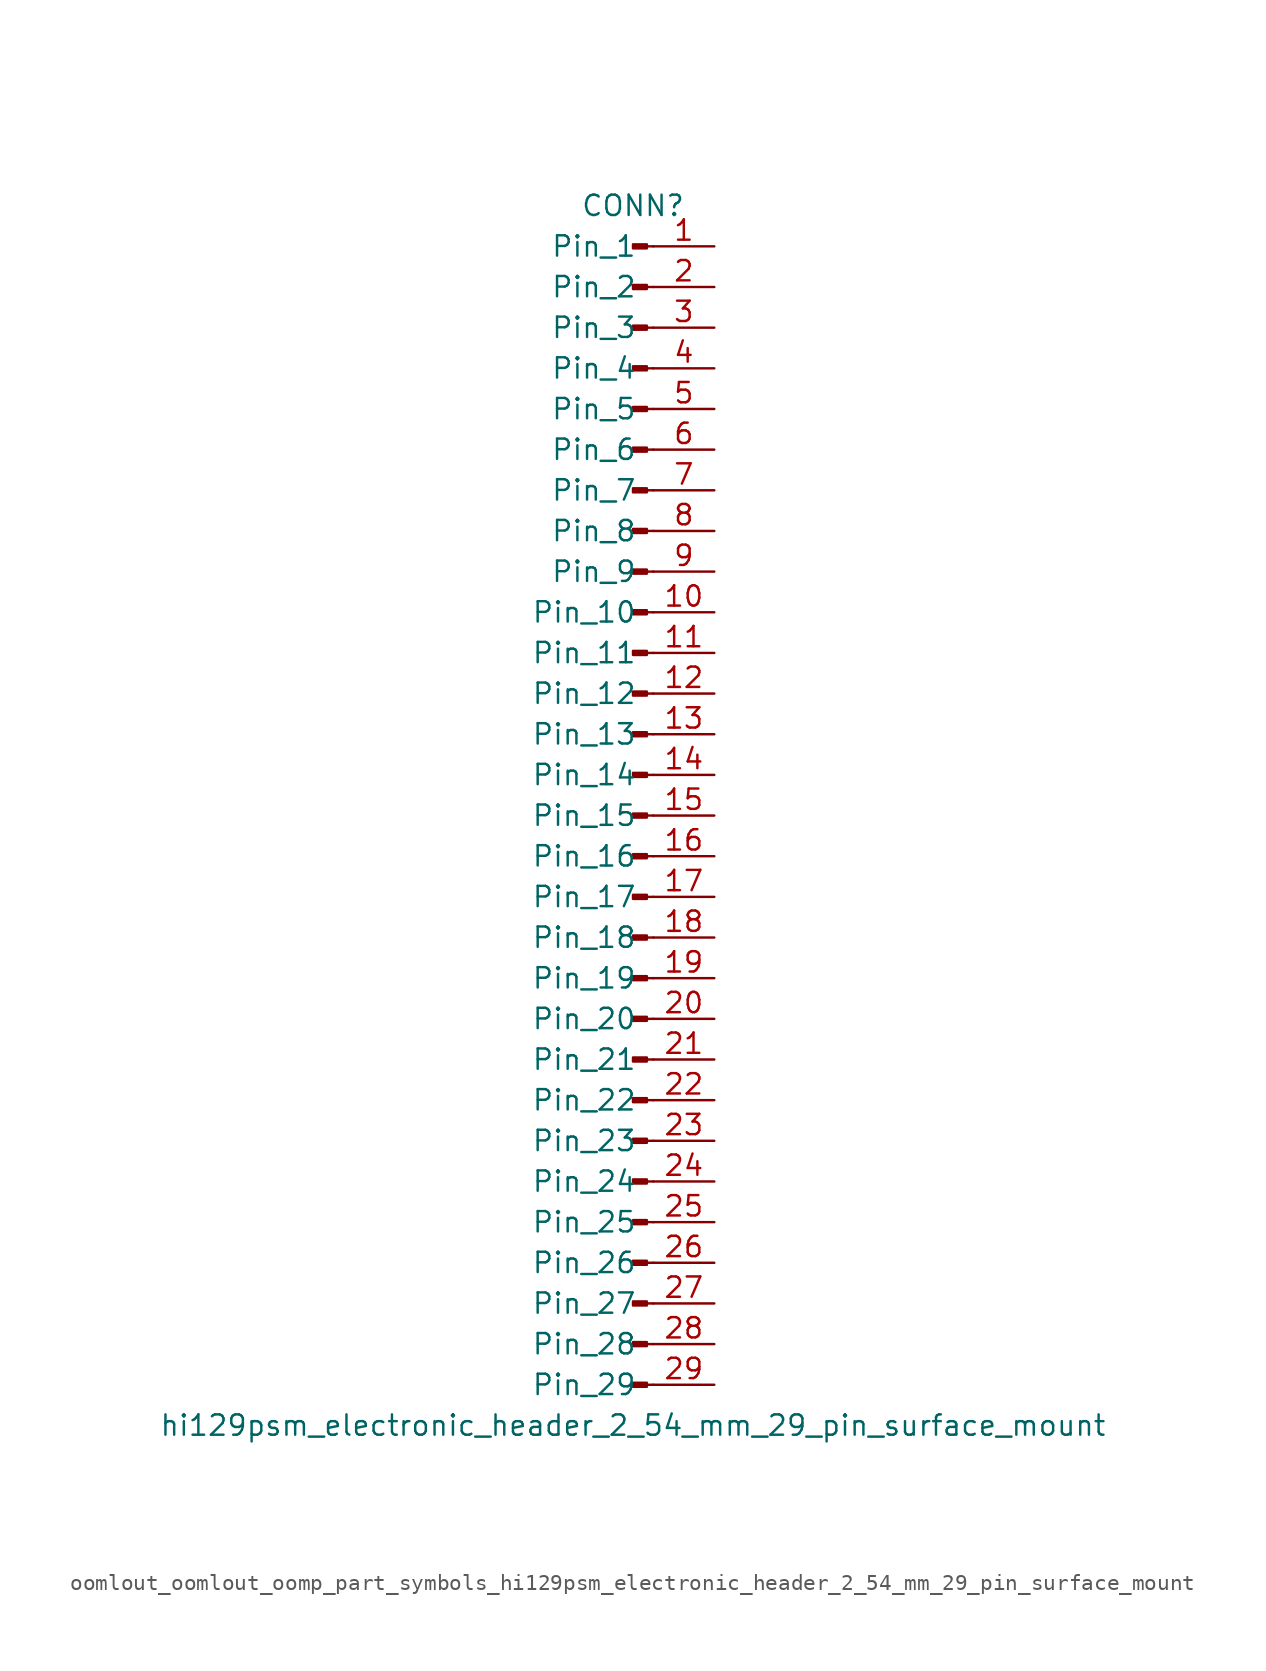
<source format=kicad_sym>
(kicad_symbol_lib
  (version 20220914)
  (generator kicad_symbol_editor)
  (symbol "oomlout_oomlout_oomp_part_symbols_hi129psm_electronic_header_2_54_mm_29_pin_surface_mount"
    (pin_names
      (offset 1.016))
    (property "Reference" "CONN"
      (at 0 38.1 0)
      (effects (font (size 1.27 1.27))))
    (property "Value" "hi129psm_electronic_header_2_54_mm_29_pin_surface_mount"
      (at 0 -38.1 0)
      (effects (font (size 1.27 1.27))))
    (property "ki_locked" ""
      (at 0 0 0)
      (effects (font (size 1.27 1.27))))
    (symbol "oomlout_oomlout_oomp_part_symbols_hi129psm_electronic_header_2_54_mm_29_pin_surface_mount_1_1"
      (polyline (pts (xy 1.27 -35.56) (xy 0.864 -35.56)) (stroke (width 0.152) (type default)) (fill (type none)))
      (polyline (pts (xy 1.27 -33.02) (xy 0.864 -33.02)) (stroke (width 0.152) (type default)) (fill (type none)))
      (polyline (pts (xy 1.27 -30.48) (xy 0.864 -30.48)) (stroke (width 0.152) (type default)) (fill (type none)))
      (polyline (pts (xy 1.27 -27.94) (xy 0.864 -27.94)) (stroke (width 0.152) (type default)) (fill (type none)))
      (polyline (pts (xy 1.27 -25.4) (xy 0.864 -25.4)) (stroke (width 0.152) (type default)) (fill (type none)))
      (polyline (pts (xy 1.27 -22.86) (xy 0.864 -22.86)) (stroke (width 0.152) (type default)) (fill (type none)))
      (polyline (pts (xy 1.27 -20.32) (xy 0.864 -20.32)) (stroke (width 0.152) (type default)) (fill (type none)))
      (polyline (pts (xy 1.27 -17.78) (xy 0.864 -17.78)) (stroke (width 0.152) (type default)) (fill (type none)))
      (polyline (pts (xy 1.27 -15.24) (xy 0.864 -15.24)) (stroke (width 0.152) (type default)) (fill (type none)))
      (polyline (pts (xy 1.27 -12.7) (xy 0.864 -12.7)) (stroke (width 0.152) (type default)) (fill (type none)))
      (polyline (pts (xy 1.27 -10.16) (xy 0.864 -10.16)) (stroke (width 0.152) (type default)) (fill (type none)))
      (polyline (pts (xy 1.27 -7.62) (xy 0.864 -7.62)) (stroke (width 0.152) (type default)) (fill (type none)))
      (polyline (pts (xy 1.27 -5.08) (xy 0.864 -5.08)) (stroke (width 0.152) (type default)) (fill (type none)))
      (polyline (pts (xy 1.27 -2.54) (xy 0.864 -2.54)) (stroke (width 0.152) (type default)) (fill (type none)))
      (polyline (pts (xy 1.27 0) (xy 0.864 0)) (stroke (width 0.152) (type default)) (fill (type none)))
      (polyline (pts (xy 1.27 2.54) (xy 0.864 2.54)) (stroke (width 0.152) (type default)) (fill (type none)))
      (polyline (pts (xy 1.27 5.08) (xy 0.864 5.08)) (stroke (width 0.152) (type default)) (fill (type none)))
      (polyline (pts (xy 1.27 7.62) (xy 0.864 7.62)) (stroke (width 0.152) (type default)) (fill (type none)))
      (polyline (pts (xy 1.27 10.16) (xy 0.864 10.16)) (stroke (width 0.152) (type default)) (fill (type none)))
      (polyline (pts (xy 1.27 12.7) (xy 0.864 12.7)) (stroke (width 0.152) (type default)) (fill (type none)))
      (polyline (pts (xy 1.27 15.24) (xy 0.864 15.24)) (stroke (width 0.152) (type default)) (fill (type none)))
      (polyline (pts (xy 1.27 17.78) (xy 0.864 17.78)) (stroke (width 0.152) (type default)) (fill (type none)))
      (polyline (pts (xy 1.27 20.32) (xy 0.864 20.32)) (stroke (width 0.152) (type default)) (fill (type none)))
      (polyline (pts (xy 1.27 22.86) (xy 0.864 22.86)) (stroke (width 0.152) (type default)) (fill (type none)))
      (polyline (pts (xy 1.27 25.4) (xy 0.864 25.4)) (stroke (width 0.152) (type default)) (fill (type none)))
      (polyline (pts (xy 1.27 27.94) (xy 0.864 27.94)) (stroke (width 0.152) (type default)) (fill (type none)))
      (polyline (pts (xy 1.27 30.48) (xy 0.864 30.48)) (stroke (width 0.152) (type default)) (fill (type none)))
      (polyline (pts (xy 1.27 33.02) (xy 0.864 33.02)) (stroke (width 0.152) (type default)) (fill (type none)))
      (polyline (pts (xy 1.27 35.56) (xy 0.864 35.56)) (stroke (width 0.152) (type default)) (fill (type none)))
      (rectangle (start 0.864 -35.433) (end 0 -35.687) (stroke (width 0.152) (type default)) (fill (type outline)))
      (rectangle (start 0.864 -32.893) (end 0 -33.147) (stroke (width 0.152) (type default)) (fill (type outline)))
      (rectangle (start 0.864 -30.353) (end 0 -30.607) (stroke (width 0.152) (type default)) (fill (type outline)))
      (rectangle (start 0.864 -27.813) (end 0 -28.067) (stroke (width 0.152) (type default)) (fill (type outline)))
      (rectangle (start 0.864 -25.273) (end 0 -25.527) (stroke (width 0.152) (type default)) (fill (type outline)))
      (rectangle (start 0.864 -22.733) (end 0 -22.987) (stroke (width 0.152) (type default)) (fill (type outline)))
      (rectangle (start 0.864 -20.193) (end 0 -20.447) (stroke (width 0.152) (type default)) (fill (type outline)))
      (rectangle (start 0.864 -17.653) (end 0 -17.907) (stroke (width 0.152) (type default)) (fill (type outline)))
      (rectangle (start 0.864 -15.113) (end 0 -15.367) (stroke (width 0.152) (type default)) (fill (type outline)))
      (rectangle (start 0.864 -12.573) (end 0 -12.827) (stroke (width 0.152) (type default)) (fill (type outline)))
      (rectangle (start 0.864 -10.033) (end 0 -10.287) (stroke (width 0.152) (type default)) (fill (type outline)))
      (rectangle (start 0.864 -7.493) (end 0 -7.747) (stroke (width 0.152) (type default)) (fill (type outline)))
      (rectangle (start 0.864 -4.953) (end 0 -5.207) (stroke (width 0.152) (type default)) (fill (type outline)))
      (rectangle (start 0.864 -2.413) (end 0 -2.667) (stroke (width 0.152) (type default)) (fill (type outline)))
      (rectangle (start 0.864 0.127) (end 0 -0.127) (stroke (width 0.152) (type default)) (fill (type outline)))
      (rectangle (start 0.864 2.667) (end 0 2.413) (stroke (width 0.152) (type default)) (fill (type outline)))
      (rectangle (start 0.864 5.207) (end 0 4.953) (stroke (width 0.152) (type default)) (fill (type outline)))
      (rectangle (start 0.864 7.747) (end 0 7.493) (stroke (width 0.152) (type default)) (fill (type outline)))
      (rectangle (start 0.864 10.287) (end 0 10.033) (stroke (width 0.152) (type default)) (fill (type outline)))
      (rectangle (start 0.864 12.827) (end 0 12.573) (stroke (width 0.152) (type default)) (fill (type outline)))
      (rectangle (start 0.864 15.367) (end 0 15.113) (stroke (width 0.152) (type default)) (fill (type outline)))
      (rectangle (start 0.864 17.907) (end 0 17.653) (stroke (width 0.152) (type default)) (fill (type outline)))
      (rectangle (start 0.864 20.447) (end 0 20.193) (stroke (width 0.152) (type default)) (fill (type outline)))
      (rectangle (start 0.864 22.987) (end 0 22.733) (stroke (width 0.152) (type default)) (fill (type outline)))
      (rectangle (start 0.864 25.527) (end 0 25.273) (stroke (width 0.152) (type default)) (fill (type outline)))
      (rectangle (start 0.864 28.067) (end 0 27.813) (stroke (width 0.152) (type default)) (fill (type outline)))
      (rectangle (start 0.864 30.607) (end 0 30.353) (stroke (width 0.152) (type default)) (fill (type outline)))
      (rectangle (start 0.864 33.147) (end 0 32.893) (stroke (width 0.152) (type default)) (fill (type outline)))
      (rectangle (start 0.864 35.687) (end 0 35.433) (stroke (width 0.152) (type default)) (fill (type outline)))
      (pin passive line (at 5.08 35.56 180) (length 3.81) (name "Pin_1" (effects (font (size 1.27 1.27)))) (number "1" (effects (font (size 1.27 1.27)))))
      (pin passive line (at 5.08 12.7 180) (length 3.81) (name "Pin_10" (effects (font (size 1.27 1.27)))) (number "10" (effects (font (size 1.27 1.27)))))
      (pin passive line (at 5.08 10.16 180) (length 3.81) (name "Pin_11" (effects (font (size 1.27 1.27)))) (number "11" (effects (font (size 1.27 1.27)))))
      (pin passive line (at 5.08 7.62 180) (length 3.81) (name "Pin_12" (effects (font (size 1.27 1.27)))) (number "12" (effects (font (size 1.27 1.27)))))
      (pin passive line (at 5.08 5.08 180) (length 3.81) (name "Pin_13" (effects (font (size 1.27 1.27)))) (number "13" (effects (font (size 1.27 1.27)))))
      (pin passive line (at 5.08 2.54 180) (length 3.81) (name "Pin_14" (effects (font (size 1.27 1.27)))) (number "14" (effects (font (size 1.27 1.27)))))
      (pin passive line (at 5.08 0 180) (length 3.81) (name "Pin_15" (effects (font (size 1.27 1.27)))) (number "15" (effects (font (size 1.27 1.27)))))
      (pin passive line (at 5.08 -2.54 180) (length 3.81) (name "Pin_16" (effects (font (size 1.27 1.27)))) (number "16" (effects (font (size 1.27 1.27)))))
      (pin passive line (at 5.08 -5.08 180) (length 3.81) (name "Pin_17" (effects (font (size 1.27 1.27)))) (number "17" (effects (font (size 1.27 1.27)))))
      (pin passive line (at 5.08 -7.62 180) (length 3.81) (name "Pin_18" (effects (font (size 1.27 1.27)))) (number "18" (effects (font (size 1.27 1.27)))))
      (pin passive line (at 5.08 -10.16 180) (length 3.81) (name "Pin_19" (effects (font (size 1.27 1.27)))) (number "19" (effects (font (size 1.27 1.27)))))
      (pin passive line (at 5.08 33.02 180) (length 3.81) (name "Pin_2" (effects (font (size 1.27 1.27)))) (number "2" (effects (font (size 1.27 1.27)))))
      (pin passive line (at 5.08 -12.7 180) (length 3.81) (name "Pin_20" (effects (font (size 1.27 1.27)))) (number "20" (effects (font (size 1.27 1.27)))))
      (pin passive line (at 5.08 -15.24 180) (length 3.81) (name "Pin_21" (effects (font (size 1.27 1.27)))) (number "21" (effects (font (size 1.27 1.27)))))
      (pin passive line (at 5.08 -17.78 180) (length 3.81) (name "Pin_22" (effects (font (size 1.27 1.27)))) (number "22" (effects (font (size 1.27 1.27)))))
      (pin passive line (at 5.08 -20.32 180) (length 3.81) (name "Pin_23" (effects (font (size 1.27 1.27)))) (number "23" (effects (font (size 1.27 1.27)))))
      (pin passive line (at 5.08 -22.86 180) (length 3.81) (name "Pin_24" (effects (font (size 1.27 1.27)))) (number "24" (effects (font (size 1.27 1.27)))))
      (pin passive line (at 5.08 -25.4 180) (length 3.81) (name "Pin_25" (effects (font (size 1.27 1.27)))) (number "25" (effects (font (size 1.27 1.27)))))
      (pin passive line (at 5.08 -27.94 180) (length 3.81) (name "Pin_26" (effects (font (size 1.27 1.27)))) (number "26" (effects (font (size 1.27 1.27)))))
      (pin passive line (at 5.08 -30.48 180) (length 3.81) (name "Pin_27" (effects (font (size 1.27 1.27)))) (number "27" (effects (font (size 1.27 1.27)))))
      (pin passive line (at 5.08 -33.02 180) (length 3.81) (name "Pin_28" (effects (font (size 1.27 1.27)))) (number "28" (effects (font (size 1.27 1.27)))))
      (pin passive line (at 5.08 -35.56 180) (length 3.81) (name "Pin_29" (effects (font (size 1.27 1.27)))) (number "29" (effects (font (size 1.27 1.27)))))
      (pin passive line (at 5.08 30.48 180) (length 3.81) (name "Pin_3" (effects (font (size 1.27 1.27)))) (number "3" (effects (font (size 1.27 1.27)))))
      (pin passive line (at 5.08 27.94 180) (length 3.81) (name "Pin_4" (effects (font (size 1.27 1.27)))) (number "4" (effects (font (size 1.27 1.27)))))
      (pin passive line (at 5.08 25.4 180) (length 3.81) (name "Pin_5" (effects (font (size 1.27 1.27)))) (number "5" (effects (font (size 1.27 1.27)))))
      (pin passive line (at 5.08 22.86 180) (length 3.81) (name "Pin_6" (effects (font (size 1.27 1.27)))) (number "6" (effects (font (size 1.27 1.27)))))
      (pin passive line (at 5.08 20.32 180) (length 3.81) (name "Pin_7" (effects (font (size 1.27 1.27)))) (number "7" (effects (font (size 1.27 1.27)))))
      (pin passive line (at 5.08 17.78 180) (length 3.81) (name "Pin_8" (effects (font (size 1.27 1.27)))) (number "8" (effects (font (size 1.27 1.27)))))
      (pin passive line (at 5.08 15.24 180) (length 3.81) (name "Pin_9" (effects (font (size 1.27 1.27)))) (number "9" (effects (font (size 1.27 1.27))))))))
</source>
